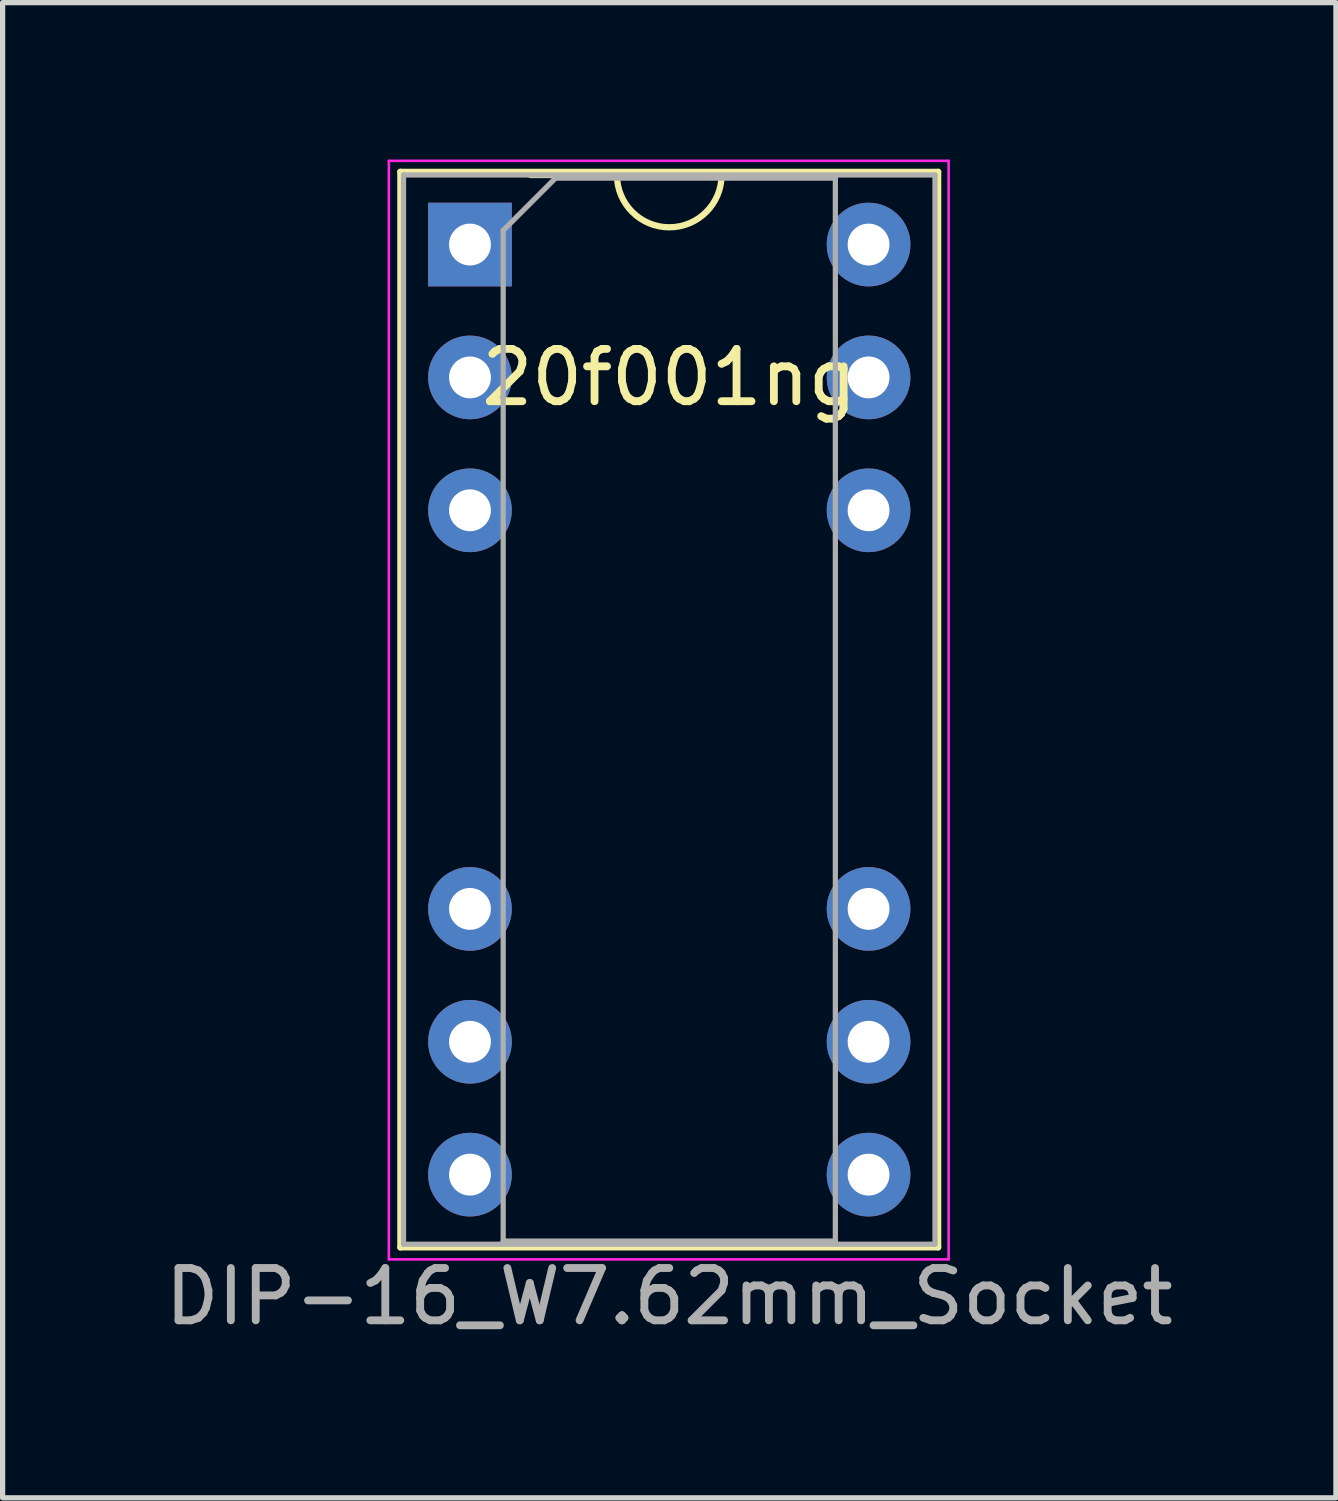
<source format=kicad_pcb>
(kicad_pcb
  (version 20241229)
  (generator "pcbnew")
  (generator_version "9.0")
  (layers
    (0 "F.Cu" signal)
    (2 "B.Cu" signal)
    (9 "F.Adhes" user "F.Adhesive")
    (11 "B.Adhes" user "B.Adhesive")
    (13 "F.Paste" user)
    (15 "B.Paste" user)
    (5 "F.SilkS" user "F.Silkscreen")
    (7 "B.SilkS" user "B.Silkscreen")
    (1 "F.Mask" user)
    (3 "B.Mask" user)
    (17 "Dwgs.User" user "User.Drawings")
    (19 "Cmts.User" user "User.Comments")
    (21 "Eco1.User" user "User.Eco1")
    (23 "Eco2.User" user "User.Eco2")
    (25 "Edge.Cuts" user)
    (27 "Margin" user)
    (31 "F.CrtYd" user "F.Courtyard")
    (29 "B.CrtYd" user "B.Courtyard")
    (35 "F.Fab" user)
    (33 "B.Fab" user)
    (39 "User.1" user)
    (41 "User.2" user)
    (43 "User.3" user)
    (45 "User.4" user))
  (footprint "20f001ng"
    (layer "F.Cu")
    (at 5.934 1.625)
    (property "Reference" "20f001ng" (at 3.81 2.54 0) (layer "F.SilkS") (effects (font (size 1 1) (thickness 0.15))))
    (attr through_hole)
    (fp_line (start -1.33 -1.39) (end -1.33 19.17) (stroke (width 0.12) (type solid)) (layer "F.SilkS"))
    (fp_line (start -1.33 19.17) (end 8.95 19.17) (stroke (width 0.12) (type solid)) (layer "F.SilkS"))
    (fp_line (start 1.16 19.11) (end 6.46 19.11) (stroke (width 0.12) (type solid)) (layer "F.SilkS"))
    (fp_line (start 2.81 -1.33) (end 1.16 -1.33) (stroke (width 0.12) (type solid)) (layer "F.SilkS"))
    (fp_line (start 6.46 -1.33) (end 4.81 -1.33) (stroke (width 0.12) (type solid)) (layer "F.SilkS"))
    (fp_line (start 8.95 -1.39) (end -1.33 -1.39) (stroke (width 0.12) (type solid)) (layer "F.SilkS"))
    (fp_line (start 8.95 19.17) (end 8.95 -1.39) (stroke (width 0.12) (type solid)) (layer "F.SilkS"))
    (fp_arc (start 4.81 -1.33) (mid 3.81 -0.33) (end 2.81 -1.33) (stroke (width 0.12) (type solid)) (layer "F.SilkS"))
    (fp_line (start -1.55 -1.6) (end -1.55 19.4) (stroke (width 0.05) (type solid)) (layer "F.CrtYd"))
    (fp_line (start -1.55 19.4) (end 9.15 19.4) (stroke (width 0.05) (type solid)) (layer "F.CrtYd"))
    (fp_line (start 9.15 -1.6) (end -1.55 -1.6) (stroke (width 0.05) (type solid)) (layer "F.CrtYd"))
    (fp_line (start 9.15 19.4) (end 9.15 -1.6) (stroke (width 0.05) (type solid)) (layer "F.CrtYd"))
    (fp_line (start -1.27 -1.33) (end -1.27 19.11) (stroke (width 0.1) (type solid)) (layer "F.Fab"))
    (fp_line (start -1.27 19.11) (end 8.89 19.11) (stroke (width 0.1) (type solid)) (layer "F.Fab"))
    (fp_line (start 0.635 -0.27) (end 1.635 -1.27) (stroke (width 0.1) (type solid)) (layer "F.Fab"))
    (fp_line (start 0.635 19.05) (end 0.635 -0.27) (stroke (width 0.1) (type solid)) (layer "F.Fab"))
    (fp_line (start 1.635 -1.27) (end 6.985 -1.27) (stroke (width 0.1) (type solid)) (layer "F.Fab"))
    (fp_line (start 6.985 -1.27) (end 6.985 19.05) (stroke (width 0.1) (type solid)) (layer "F.Fab"))
    (fp_line (start 6.985 19.05) (end 0.635 19.05) (stroke (width 0.1) (type solid)) (layer "F.Fab"))
    (fp_line (start 8.89 -1.33) (end -1.27 -1.33) (stroke (width 0.1) (type solid)) (layer "F.Fab"))
    (fp_line (start 8.89 19.11) (end 8.89 -1.33) (stroke (width 0.1) (type solid)) (layer "F.Fab"))
    (fp_text user "DIP-16_W7.62mm_Socket" (at 3.81 20.11 0) (layer "F.Fab") (effects (font (size 1 1) (thickness 0.15))))
    (pad "1" thru_hole rect (at 0 0) (size 1.6 1.6) (drill 0.8) (layers "*.Cu" "*.Mask"))
    (pad "2" thru_hole oval (at 0 2.54) (size 1.6 1.6) (drill 0.8) (layers "*.Cu" "*.Mask"))
    (pad "3" thru_hole oval (at 0 5.08) (size 1.6 1.6) (drill 0.8) (layers "*.Cu" "*.Mask"))
    (pad "4" thru_hole oval (at 0 12.7) (size 1.6 1.6) (drill 0.8) (layers "*.Cu" "*.Mask"))
    (pad "5" thru_hole oval (at 0 15.24) (size 1.6 1.6) (drill 0.8) (layers "*.Cu" "*.Mask"))
    (pad "6" thru_hole oval (at 0 17.78) (size 1.6 1.6) (drill 0.8) (layers "*.Cu" "*.Mask"))
    (pad "7" thru_hole oval (at 7.62 17.78) (size 1.6 1.6) (drill 0.8) (layers "*.Cu" "*.Mask"))
    (pad "8" thru_hole oval (at 7.62 15.24) (size 1.6 1.6) (drill 0.8) (layers "*.Cu" "*.Mask"))
    (pad "9" thru_hole oval (at 7.62 12.7) (size 1.6 1.6) (drill 0.8) (layers "*.Cu" "*.Mask"))
    (pad "10" thru_hole oval (at 7.62 5.08) (size 1.6 1.6) (drill 0.8) (layers "*.Cu" "*.Mask"))
    (pad "11" thru_hole oval (at 7.62 2.54) (size 1.6 1.6) (drill 0.8) (layers "*.Cu" "*.Mask"))
    (pad "12" thru_hole oval (at 7.62 0) (size 1.6 1.6) (drill 0.8) (layers "*.Cu" "*.Mask")))
  (gr_rect
    (start -3 -3)
    (end 22.488 25.583)
    (stroke (width 0.1) (type default))
    (fill no)
    (layer "Edge.Cuts")))
</source>
